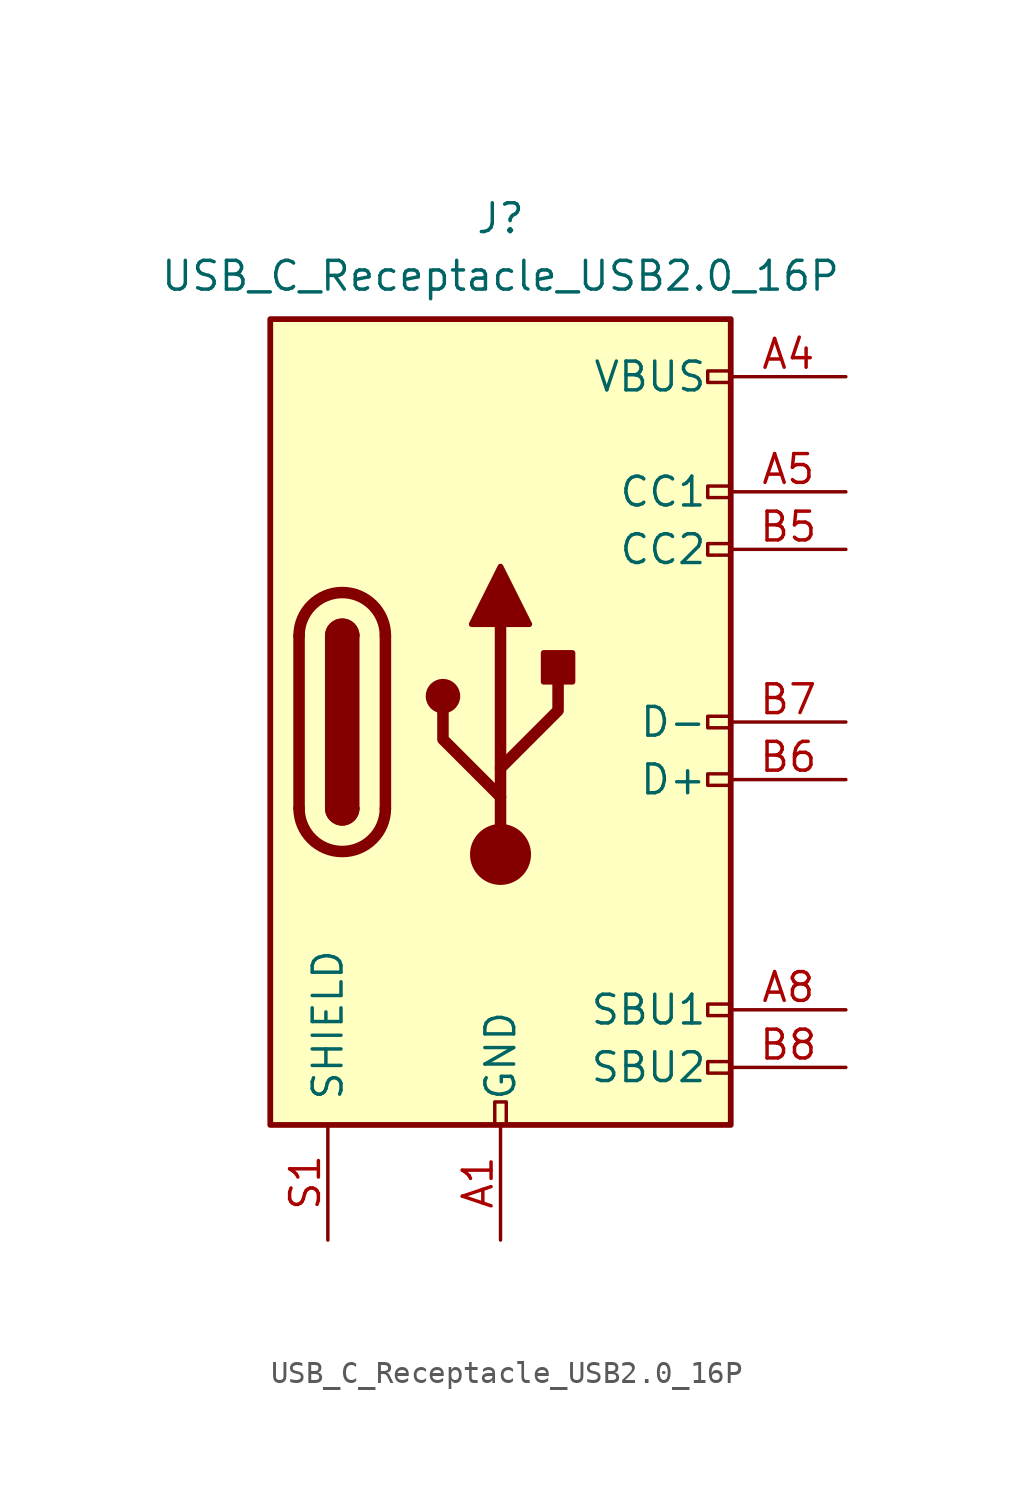
<source format=kicad_sym>
(kicad_symbol_lib
  (version 20241209)
  (generator "kicad_symbol_editor")
  (generator_version "9.0")
  (symbol "USB_C_Receptacle_USB2.0_16P"
    (pin_names
      (offset 1.016))
    (property "Reference" "J"
      (at 0 22.225 0)
      (effects (font (size 1.27 1.27))))
    (property "Value" "USB_C_Receptacle_USB2.0_16P"
      (at 0 19.685 0)
      (effects (font (size 1.27 1.27))))
    (symbol "USB_C_Receptacle_USB2.0_16P_0_0"
      (rectangle (start -0.254 -17.78) (end 0.254 -16.764) (stroke (width 0) (type default)) (fill (type none)))
      (rectangle (start 10.16 15.494) (end 9.144 14.986) (stroke (width 0) (type default)) (fill (type none)))
      (rectangle (start 10.16 10.414) (end 9.144 9.906) (stroke (width 0) (type default)) (fill (type none)))
      (rectangle (start 10.16 7.874) (end 9.144 7.366) (stroke (width 0) (type default)) (fill (type none)))
      (rectangle (start 10.16 0.254) (end 9.144 -0.254) (stroke (width 0) (type default)) (fill (type none)))
      (rectangle (start 10.16 -2.286) (end 9.144 -2.794) (stroke (width 0) (type default)) (fill (type none)))
      (rectangle (start 10.16 -12.446) (end 9.144 -12.954) (stroke (width 0) (type default)) (fill (type none)))
      (rectangle (start 10.16 -14.986) (end 9.144 -15.494) (stroke (width 0) (type default)) (fill (type none))))
    (symbol "USB_C_Receptacle_USB2.0_16P_0_1"
      (rectangle (start -10.16 17.78) (end 10.16 -17.78) (stroke (width 0.254) (type default)) (fill (type background)))
      (polyline (pts (xy -8.89 -3.81) (xy -8.89 3.81)) (stroke (width 0.508) (type default)) (fill (type none)))
      (rectangle (start -7.62 -3.81) (end -6.35 3.81) (stroke (width 0.254) (type default)) (fill (type outline)))
      (arc (start -7.62 3.81) (mid -6.985 4.4423) (end -6.35 3.81) (stroke (width 0.254) (type default)) (fill (type none)))
      (arc (start -7.62 3.81) (mid -6.985 4.4423) (end -6.35 3.81) (stroke (width 0.254) (type default)) (fill (type outline)))
      (arc (start -8.89 3.81) (mid -6.985 5.7067) (end -5.08 3.81) (stroke (width 0.508) (type default)) (fill (type none)))
      (arc (start -5.08 -3.81) (mid -6.985 -5.7067) (end -8.89 -3.81) (stroke (width 0.508) (type default)) (fill (type none)))
      (arc (start -6.35 -3.81) (mid -6.985 -4.4423) (end -7.62 -3.81) (stroke (width 0.254) (type default)) (fill (type none)))
      (arc (start -6.35 -3.81) (mid -6.985 -4.4423) (end -7.62 -3.81) (stroke (width 0.254) (type default)) (fill (type outline)))
      (polyline (pts (xy -5.08 3.81) (xy -5.08 -3.81)) (stroke (width 0.508) (type default)) (fill (type none)))
      (circle (center -2.54 1.143) (radius 0.635) (stroke (width 0.254) (type default)) (fill (type outline)))
      (polyline (pts (xy -1.27 4.318) (xy 0 6.858) (xy 1.27 4.318) (xy -1.27 4.318)) (stroke (width 0.254) (type default)) (fill (type outline)))
      (polyline (pts (xy 0 -2.032) (xy 2.54 0.508) (xy 2.54 1.778)) (stroke (width 0.508) (type default)) (fill (type none)))
      (polyline (pts (xy 0 -3.302) (xy -2.54 -0.762) (xy -2.54 0.508)) (stroke (width 0.508) (type default)) (fill (type none)))
      (polyline (pts (xy 0 -5.842) (xy 0 4.318)) (stroke (width 0.508) (type default)) (fill (type none)))
      (circle (center 0 -5.842) (radius 1.27) (stroke (width 0) (type default)) (fill (type outline)))
      (rectangle (start 1.905 1.778) (end 3.175 3.048) (stroke (width 0.254) (type default)) (fill (type outline))))
    (symbol "USB_C_Receptacle_USB2.0_16P_1_1"
      (pin passive line (at -7.62 -22.86 90) (length 5.08) (name "SHIELD" (effects (font (size 1.27 1.27)))) (number "S1" (effects (font (size 1.27 1.27)))))
      (pin passive line (at 0 -22.86 90) (length 5.08) (name "GND" (effects (font (size 1.27 1.27)))) (number "A1" (effects (font (size 1.27 1.27)))))
      (pin passive line (at 0 -22.86 90) (length 5.08) (hide yes) (name "GND" (effects (font (size 1.27 1.27)))) (number "A12" (effects (font (size 1.27 1.27)))))
      (pin passive line (at 0 -22.86 90) (length 5.08) (hide yes) (name "GND" (effects (font (size 1.27 1.27)))) (number "B1" (effects (font (size 1.27 1.27)))))
      (pin passive line (at 0 -22.86 90) (length 5.08) (hide yes) (name "GND" (effects (font (size 1.27 1.27)))) (number "B12" (effects (font (size 1.27 1.27)))))
      (pin passive line (at 15.24 15.24 180) (length 5.08) (name "VBUS" (effects (font (size 1.27 1.27)))) (number "A4" (effects (font (size 1.27 1.27)))))
      (pin passive line (at 15.24 15.24 180) (length 5.08) (hide yes) (name "VBUS" (effects (font (size 1.27 1.27)))) (number "A9" (effects (font (size 1.27 1.27)))))
      (pin passive line (at 15.24 15.24 180) (length 5.08) (hide yes) (name "VBUS" (effects (font (size 1.27 1.27)))) (number "B4" (effects (font (size 1.27 1.27)))))
      (pin passive line (at 15.24 15.24 180) (length 5.08) (hide yes) (name "VBUS" (effects (font (size 1.27 1.27)))) (number "B9" (effects (font (size 1.27 1.27)))))
      (pin bidirectional line (at 15.24 10.16 180) (length 5.08) (name "CC1" (effects (font (size 1.27 1.27)))) (number "A5" (effects (font (size 1.27 1.27)))))
      (pin bidirectional line (at 15.24 7.62 180) (length 5.08) (name "CC2" (effects (font (size 1.27 1.27)))) (number "B5" (effects (font (size 1.27 1.27)))))
      (pin bidirectional line (at 15.24 0 180) (length 5.08) (hide yes) (name "D-" (effects (font (size 1.27 1.27)))) (number "A7" (effects (font (size 1.27 1.27)))))
      (pin bidirectional line (at 15.24 0 180) (length 5.08) (name "D-" (effects (font (size 1.27 1.27)))) (number "B7" (effects (font (size 1.27 1.27)))))
      (pin bidirectional line (at 15.24 -2.54 180) (length 5.08) (hide yes) (name "D+" (effects (font (size 1.27 1.27)))) (number "A6" (effects (font (size 1.27 1.27)))))
      (pin bidirectional line (at 15.24 -2.54 180) (length 5.08) (name "D+" (effects (font (size 1.27 1.27)))) (number "B6" (effects (font (size 1.27 1.27)))))
      (pin bidirectional line (at 15.24 -12.7 180) (length 5.08) (name "SBU1" (effects (font (size 1.27 1.27)))) (number "A8" (effects (font (size 1.27 1.27)))))
      (pin bidirectional line (at 15.24 -15.24 180) (length 5.08) (name "SBU2" (effects (font (size 1.27 1.27)))) (number "B8" (effects (font (size 1.27 1.27))))))))
</source>
